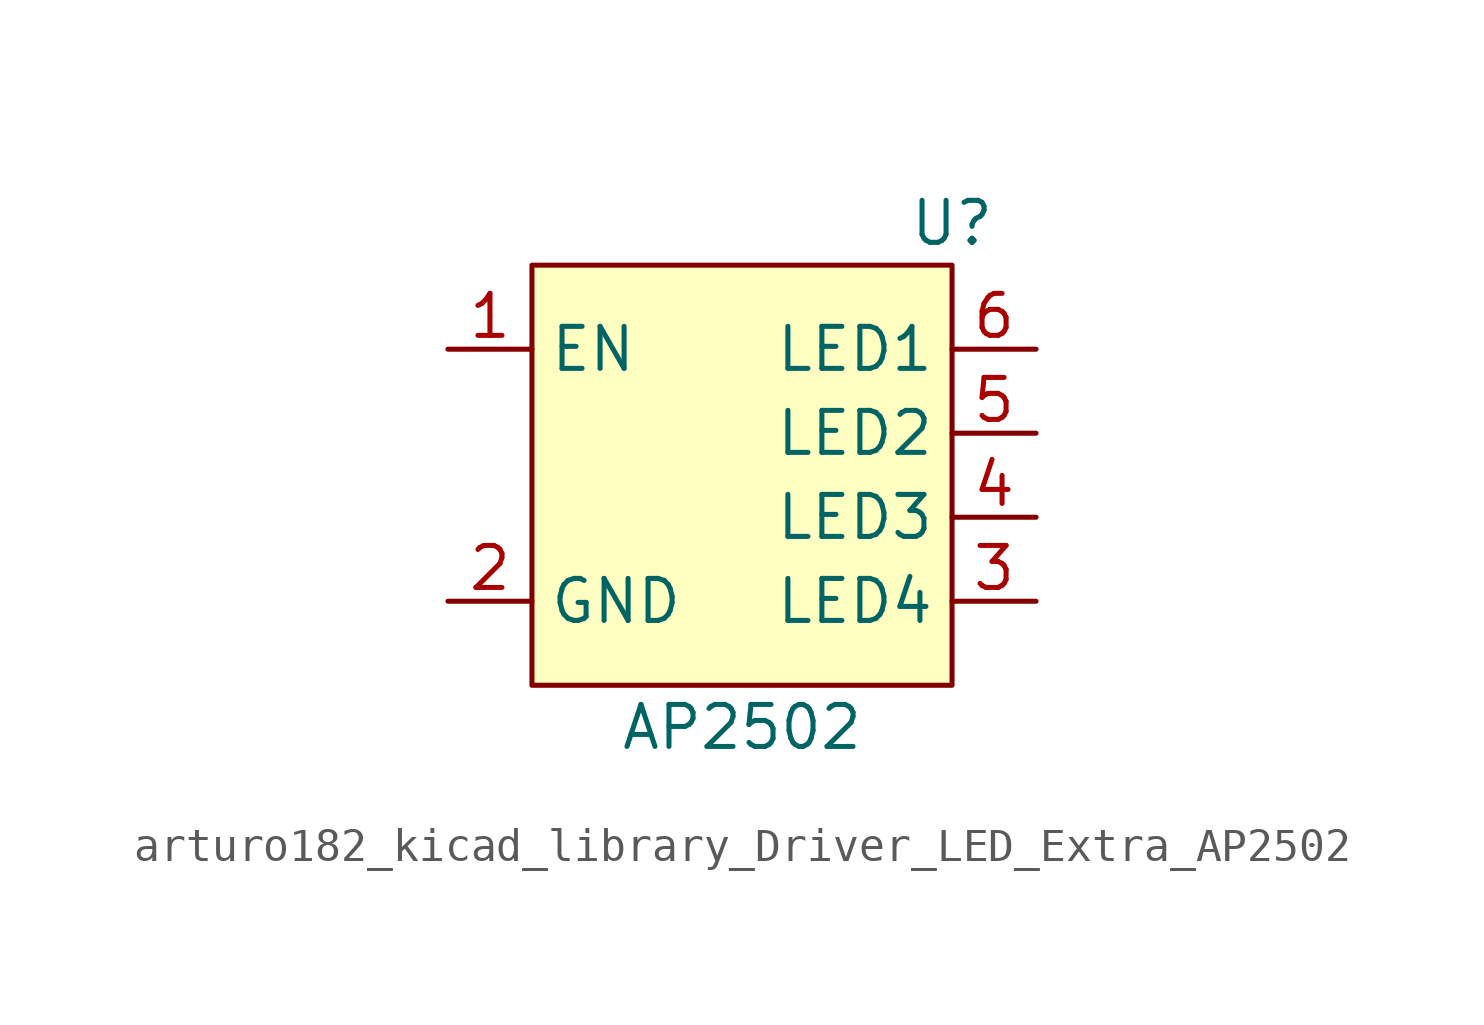
<source format=kicad_sym>
(kicad_symbol_lib
  (version 20220914)
  (generator kicad_symbol_editor)
  (symbol "arturo182_kicad_library_Driver_LED_Extra_AP2502"
    (property "Reference" "U"
      (at 6.35 7.62 0)
      (effects (font (size 1.27 1.27))))
    (property "Value" "AP2502"
      (at 0 -7.62 0)
      (effects (font (size 1.27 1.27))))
    (symbol "arturo182_kicad_library_Driver_LED_Extra_AP2502_0_0"
      (pin input line (at -8.89 3.81 0) (length 2.54) (name "EN" (effects (font (size 1.27 1.27)))) (number "1" (effects (font (size 1.27 1.27)))))
      (pin power_in line (at -8.89 -3.81 0) (length 2.54) (name "GND" (effects (font (size 1.27 1.27)))) (number "2" (effects (font (size 1.27 1.27)))))
      (pin input line (at 8.89 -3.81 180) (length 2.54) (name "LED4" (effects (font (size 1.27 1.27)))) (number "3" (effects (font (size 1.27 1.27)))))
      (pin input line (at 8.89 -1.27 180) (length 2.54) (name "LED3" (effects (font (size 1.27 1.27)))) (number "4" (effects (font (size 1.27 1.27)))))
      (pin input line (at 8.89 1.27 180) (length 2.54) (name "LED2" (effects (font (size 1.27 1.27)))) (number "5" (effects (font (size 1.27 1.27)))))
      (pin input line (at 8.89 3.81 180) (length 2.54) (name "LED1" (effects (font (size 1.27 1.27)))) (number "6" (effects (font (size 1.27 1.27))))))
    (symbol "arturo182_kicad_library_Driver_LED_Extra_AP2502_1_1"
      (rectangle (start -6.35 6.35) (end 6.35 -6.35) (stroke (width 0) (type default)) (fill (type background))))))
</source>
